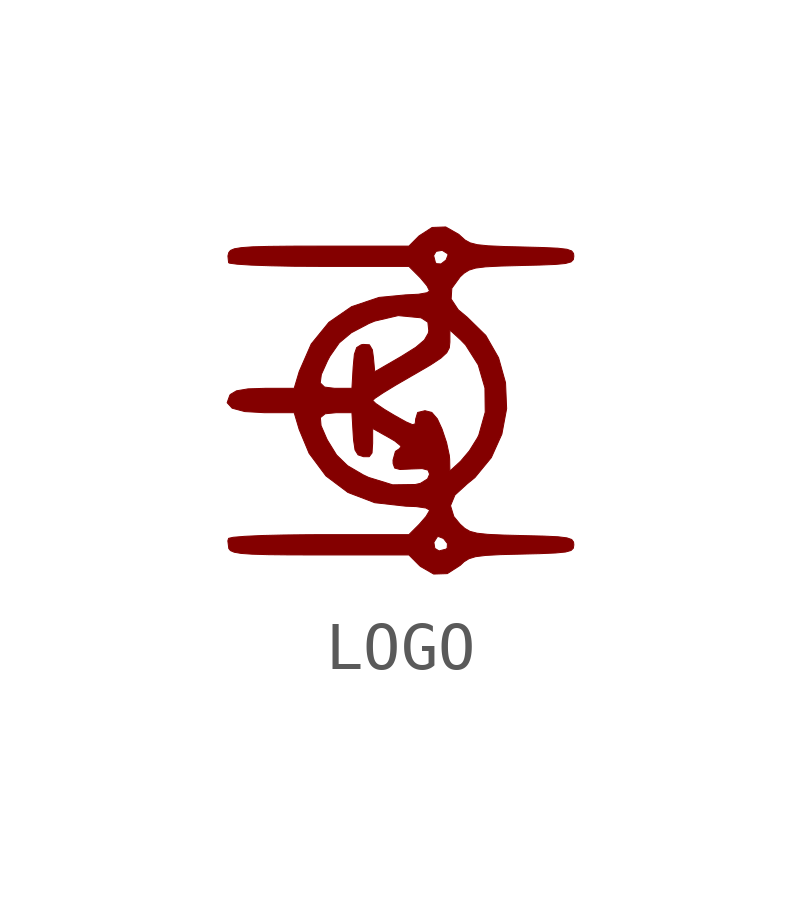
<source format=kicad_sym>
(kicad_symbol_lib
  (version 20210619)
  (generator bitmap2component)
  (symbol "LOGO"
    (pin_names
      (offset 1.016))
    (property "Reference" "#G"
      (at 0 4.36 0)
      (effects (font (size 1.27 1.27)) hide))
    (symbol "LOGO_0_0"
      (polyline (pts (xy 0.962 -3.606) (xy 1.233 -3.432) (xy 1.309 -3.36) (xy 1.412 -3.296) (xy 1.551 -3.253) (xy 1.76 -3.227) (xy 2.072 -3.21) (xy 2.52 -3.199) (xy 2.888 -3.19) (xy 3.216 -3.176) (xy 3.424 -3.156) (xy 3.539 -3.124) (xy 3.588 -3.076) (xy 3.598 -3.006) (xy 3.592 -2.948) (xy 3.553 -2.895) (xy 3.454 -2.861) (xy 3.267 -2.838) (xy 2.964 -2.824) (xy 2.52 -2.813) (xy 2.139 -2.803) (xy 1.806 -2.788) (xy 1.582 -2.764) (xy 1.433 -2.725) (xy 1.327 -2.664) (xy 1.229 -2.576) (xy 1.098 -2.417) (xy 1.029 -2.191) (xy 1.121 -1.969) (xy 1.377 -1.735) (xy 1.537 -1.605) (xy 1.879 -1.189) (xy 2.099 -0.7) (xy 2.198 -0.169) (xy 2.175 0.372) (xy 2.03 0.891) (xy 1.764 1.356) (xy 1.377 1.735) (xy 1.19 1.891) (xy 1.042 2.115) (xy 1.056 2.338) (xy 1.229 2.576) (xy 1.31 2.651) (xy 1.413 2.716) (xy 1.552 2.759) (xy 1.76 2.785) (xy 2.072 2.801) (xy 2.52 2.813) (xy 2.888 2.822) (xy 3.216 2.835) (xy 3.424 2.855) (xy 3.539 2.887) (xy 3.588 2.936) (xy 3.598 3.006) (xy 3.592 3.064) (xy 3.553 3.116) (xy 3.454 3.151) (xy 3.267 3.173) (xy 2.964 3.187) (xy 2.52 3.199) (xy 2.153 3.208) (xy 1.815 3.223) (xy 1.588 3.246) (xy 1.437 3.285) (xy 1.329 3.345) (xy 1.233 3.432) (xy 1.203 3.46) (xy 0.929 3.616) (xy 0.645 3.605) (xy 0.373 3.429) (xy 0.162 3.217) (xy -1.688 3.217) (xy -2.283 3.216) (xy -2.753 3.211) (xy -3.094 3.202) (xy -3.327 3.185) (xy -3.474 3.161) (xy -3.554 3.127) (xy -3.59 3.083) (xy -3.606 3.02) (xy 0.677 3.02) (xy 0.73 3.108) (xy 0.856 3.128) (xy 0.968 3.058) (xy 0.977 3.033) (xy 0.936 2.927) (xy 0.831 2.845) (xy 0.733 2.851) (xy 0.714 2.876) (xy 0.677 3.02) (xy -3.606 3.02) (xy -3.608 3.009) (xy -3.594 2.871) (xy -3.573 2.861) (xy -3.416 2.84) (xy -3.124 2.821) (xy -2.723 2.807) (xy -2.237 2.797) (xy -1.692 2.794) (xy 0.162 2.794) (xy 0.377 2.579) (xy 0.403 2.552) (xy 0.538 2.391) (xy 0.593 2.282) (xy 0.54 2.246) (xy 0.36 2.214) (xy 0.095 2.201) (xy -0.46 2.148) (xy -1.031 1.956) (xy -1.505 1.629) (xy -1.873 1.177) (xy -2.123 0.605) (xy -2.194 0.367) (xy -1.685 0.367) (xy -1.662 0.542) (xy -1.533 0.829) (xy -1.482 0.924) (xy -1.288 1.202) (xy -1.038 1.411) (xy -0.676 1.602) (xy -0.549 1.655) (xy -0.061 1.769) (xy 0.407 1.724) (xy 0.42 1.72) (xy 0.557 1.632) (xy 0.576 1.453) (xy 0.566 1.402) (xy 0.485 1.261) (xy 0.306 1.109) (xy 0 0.917) (xy -0.55 0.599) (xy -0.577 0.897) (xy -0.599 1.057) (xy -0.661 1.161) (xy -0.789 1.169) (xy -0.835 1.16) (xy -0.926 1.103) (xy -0.974 0.964) (xy -0.999 0.699) (xy -1.025 0.254) (xy -1.359 0.254) (xy -1.383 0.254) (xy -1.595 0.28) (xy -1.685 0.367) (xy -2.194 0.367) (xy -2.228 0.254) (xy -2.839 0.254) (xy -3.189 0.243) (xy -3.43 0.202) (xy -3.556 0.127) (xy -3.568 0.112) (xy -3.608 0.001) (xy -0.593 0.001) (xy -0.545 0.046) (xy -0.376 0.159) (xy -0.114 0.319) (xy 0.212 0.508) (xy 0.279 0.546) (xy 0.613 0.741) (xy 0.828 0.883) (xy 0.95 0.995) (xy 1.004 1.098) (xy 1.016 1.217) (xy 1.016 1.469) (xy 1.239 1.264) (xy 1.343 1.157) (xy 1.606 0.742) (xy 1.746 0.261) (xy 1.752 -0.242) (xy 1.618 -0.72) (xy 1.589 -0.779) (xy 1.421 -1.049) (xy 1.239 -1.264) (xy 1.016 -1.469) (xy 1.011 -1.221) (xy 1.004 -1.143) (xy 0.947 -0.877) (xy 0.852 -0.593) (xy 0.754 -0.381) (xy 0.639 -0.248) (xy 0.497 -0.212) (xy 0.344 -0.249) (xy 0.302 -0.389) (xy 0.302 -0.401) (xy 0.293 -0.486) (xy 0.238 -0.503) (xy 0.103 -0.445) (xy -0.143 -0.307) (xy -0.35 -0.183) (xy -0.525 -0.064) (xy -0.593 0.001) (xy -3.608 0.001) (xy -3.624 -0.046) (xy -3.52 -0.16) (xy -3.257 -0.23) (xy -2.839 -0.254) (xy -2.228 -0.254) (xy -2.197 -0.357) (xy -1.682 -0.357) (xy -1.582 -0.276) (xy -1.359 -0.254) (xy -1.025 -0.254) (xy -0.999 -0.699) (xy -0.991 -0.822) (xy -0.96 -1.031) (xy -0.897 -1.132) (xy -0.783 -1.17) (xy -0.665 -1.17) (xy -0.606 -1.092) (xy -0.593 -0.889) (xy -0.593 -0.582) (xy -0.243 -0.778) (xy -0.128 -0.846) (xy -0.001 -0.951) (xy -0.032 -1.001) (xy -0.119 -1.06) (xy -0.169 -1.242) (xy -0.167 -1.314) (xy -0.134 -1.407) (xy -0.022 -1.437) (xy 0.212 -1.426) (xy 0.439 -1.418) (xy 0.561 -1.45) (xy 0.593 -1.535) (xy 0.551 -1.633) (xy 0.402 -1.725) (xy 0.296 -1.749) (xy -0.176 -1.756) (xy -0.676 -1.602) (xy -0.79 -1.548) (xy -1.116 -1.357) (xy -1.345 -1.134) (xy -1.533 -0.829) (xy -1.548 -0.8) (xy -1.668 -0.523) (xy -1.682 -0.357) (xy -2.197 -0.357) (xy -2.123 -0.605) (xy -1.917 -1.1) (xy -1.566 -1.571) (xy -1.107 -1.916) (xy -0.549 -2.129) (xy 0.095 -2.201) (xy 0.317 -2.21) (xy 0.516 -2.239) (xy 0.593 -2.282) (xy 0.591 -2.293) (xy 0.52 -2.414) (xy 0.377 -2.579) (xy 0.162 -2.794) (xy -1.692 -2.794) (xy -1.923 -2.795) (xy -2.446 -2.801) (xy -2.9 -2.812) (xy -3.259 -2.829) (xy -3.499 -2.849) (xy -3.594 -2.871) (xy -3.61 -2.924) (xy -3.606 -2.954) (xy 0.682 -2.954) (xy 0.752 -2.842) (xy 0.777 -2.833) (xy 0.883 -2.874) (xy 0.965 -2.979) (xy 0.959 -3.077) (xy 0.934 -3.096) (xy 0.79 -3.133) (xy 0.702 -3.08) (xy 0.682 -2.954) (xy -3.606 -2.954) (xy -3.59 -3.083) (xy -3.556 -3.126) (xy -3.478 -3.16) (xy -3.334 -3.185) (xy -3.104 -3.201) (xy -2.766 -3.211) (xy -2.302 -3.216) (xy -1.688 -3.217) (xy 0.162 -3.217) (xy 0.373 -3.429) (xy 0.404 -3.458) (xy 0.678 -3.615) (xy 0.962 -3.606)) (stroke (width 0.01)) (fill (type outline))))))
</source>
